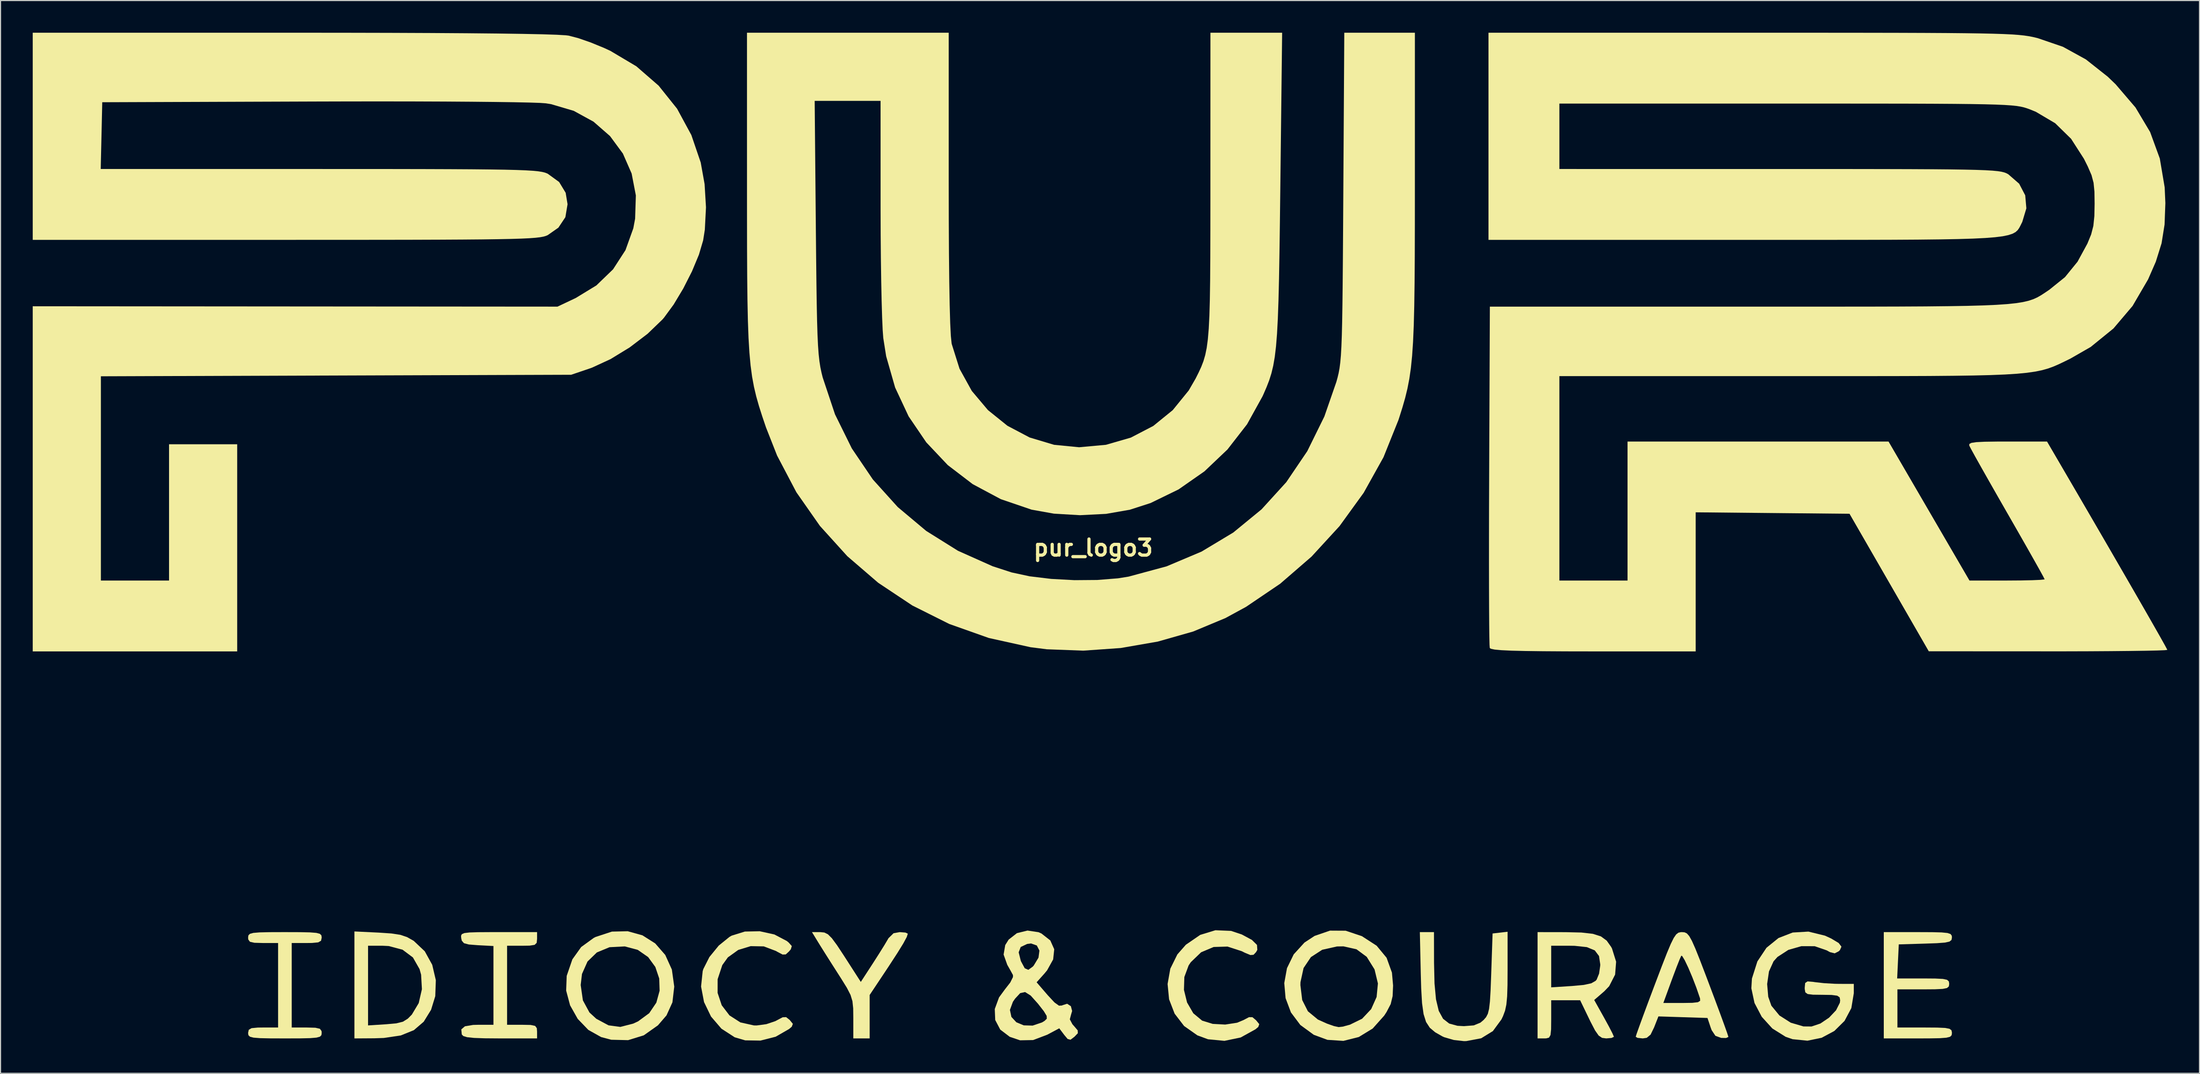
<source format=kicad_pcb>
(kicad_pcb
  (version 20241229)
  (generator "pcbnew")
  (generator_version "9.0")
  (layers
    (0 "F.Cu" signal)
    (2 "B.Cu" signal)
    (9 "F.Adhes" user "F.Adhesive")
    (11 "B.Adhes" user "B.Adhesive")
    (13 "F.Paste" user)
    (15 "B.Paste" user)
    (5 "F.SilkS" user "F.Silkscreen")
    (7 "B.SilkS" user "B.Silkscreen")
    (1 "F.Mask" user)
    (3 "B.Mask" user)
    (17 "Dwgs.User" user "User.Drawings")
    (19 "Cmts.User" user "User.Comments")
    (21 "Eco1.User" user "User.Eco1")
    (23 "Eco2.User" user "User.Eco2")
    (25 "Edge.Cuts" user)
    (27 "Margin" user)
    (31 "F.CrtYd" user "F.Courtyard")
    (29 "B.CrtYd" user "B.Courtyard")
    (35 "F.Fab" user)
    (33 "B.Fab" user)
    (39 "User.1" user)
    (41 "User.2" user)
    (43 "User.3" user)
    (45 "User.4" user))
  (footprint "pur_logo3"
    (layer "F.Cu")
    (at 98.806 48.006)
    (property "Reference" "pur_logo3" (at 0 0 0) (layer "F.SilkS") (effects (font (size 1.5 1.5) (thickness 0.3))))
    (attr board_only exclude_from_pos_files exclude_from_bom)
    (fp_poly (pts (xy -66.572 35.86) (xy -65.392 35.939) (xy -64.564 36.065) (xy -63.933 36.276) (xy -63.344 36.608) (xy -63.301 36.636) (xy -62.279 37.601) (xy -61.585 38.858) (xy -61.249 40.292) (xy -61.301 41.783) (xy -61.692 43.053) (xy -62.377 44.164) (xy -63.295 44.951) (xy -64.513 45.444) (xy -66.095 45.679) (xy -66.993 45.709) (xy -68.834 45.72) (xy -68.834 40.736) (xy -68.834 37.084) (xy -67.564 37.084) (xy -67.564 40.797) (xy -67.564 44.509) (xy -65.88 44.402) (xy -64.928 44.316) (xy -64.313 44.163) (xy -63.86 43.88) (xy -63.484 43.499) (xy -62.843 42.429) (xy -62.545 41.132) (xy -62.621 39.782) (xy -62.765 39.261) (xy -63.385 38.174) (xy -64.35 37.453) (xy -65.64 37.112) (xy -66.205 37.084) (xy -67.564 37.084) (xy -68.834 37.084) (xy -68.834 35.752)) (stroke (width 0) (type solid)) (fill yes) (layer "F.SilkS"))
    (fp_poly (pts (xy -51.816 36.449) (xy -51.852 36.813) (xy -52.044 37.002) (xy -52.515 37.074) (xy -53.213 37.084) (xy -54.61 37.084) (xy -54.61 40.767) (xy -54.61 44.45) (xy -53.213 44.45) (xy -52.413 44.466) (xy -51.996 44.554) (xy -51.839 44.768) (xy -51.816 45.085) (xy -51.816 45.72) (xy -55.253 45.72) (xy -56.689 45.71) (xy -57.692 45.675) (xy -58.334 45.607) (xy -58.69 45.499) (xy -58.831 45.351) (xy -58.876 44.88) (xy -58.539 44.592) (xy -57.776 44.463) (xy -57.262 44.45) (xy -55.88 44.45) (xy -55.88 40.78) (xy -55.88 37.109) (xy -57.34 37.033) (xy -58.176 36.967) (xy -58.63 36.845) (xy -58.83 36.613) (xy -58.882 36.386) (xy -58.9 36.16) (xy -58.828 36.004) (xy -58.591 35.903) (xy -58.11 35.846) (xy -57.31 35.821) (xy -56.115 35.814) (xy -55.39 35.814) (xy -51.816 35.814)) (stroke (width 0) (type solid)) (fill yes) (layer "F.SilkS"))
    (fp_poly (pts (xy -25.048 35.852) (xy -24.716 36.017) (xy -24.349 36.384) (xy -23.873 37.028) (xy -23.216 38.025) (xy -23.146 38.134) (xy -21.653 40.455) (xy -20.516 38.706) (xy -19.942 37.808) (xy -19.445 37.01) (xy -19.118 36.458) (xy -19.079 36.386) (xy -18.601 35.917) (xy -18.025 35.814) (xy -17.494 35.856) (xy -17.272 35.958) (xy -17.272 35.958) (xy -17.372 36.27) (xy -17.687 36.857) (xy -18.244 37.761) (xy -19.066 39.024) (xy -19.343 39.442) (xy -20.828 41.673) (xy -20.828 43.696) (xy -20.828 45.72) (xy -21.59 45.72) (xy -22.352 45.72) (xy -22.352 43.813) (xy -22.363 42.917) (xy -22.432 42.254) (xy -22.61 41.668) (xy -22.948 41.008) (xy -23.499 40.119) (xy -23.696 39.812) (xy -24.354 38.782) (xy -24.978 37.797) (xy -25.47 37.012) (xy -25.621 36.767) (xy -26.203 35.814) (xy -25.421 35.814)) (stroke (width 0) (type solid)) (fill yes) (layer "F.SilkS"))
    (fp_poly (pts (xy 12.842 35.7) (xy 13.843 36.033) (xy 14.787 36.541) (xy 15.26 37.008) (xy 15.291 37.469) (xy 15.172 37.681) (xy 14.939 37.927) (xy 14.649 37.951) (xy 14.141 37.742) (xy 13.853 37.597) (xy 12.514 37.161) (xy 11.221 37.2) (xy 10.055 37.692) (xy 9.093 38.617) (xy 8.889 38.923) (xy 8.491 40) (xy 8.455 41.199) (xy 8.745 42.373) (xy 9.326 43.378) (xy 10.15 44.064) (xy 11.134 44.366) (xy 12.298 44.429) (xy 13.404 44.259) (xy 13.994 44.014) (xy 14.518 43.74) (xy 14.838 43.744) (xy 15.176 44.03) (xy 15.472 44.391) (xy 15.379 44.652) (xy 15.113 44.874) (xy 13.738 45.634) (xy 12.228 45.947) (xy 10.696 45.8) (xy 9.706 45.435) (xy 8.468 44.564) (xy 7.585 43.413) (xy 7.069 42.076) (xy 6.931 40.648) (xy 7.184 39.222) (xy 7.84 37.893) (xy 8.633 36.99) (xy 9.97 36.072) (xy 11.387 35.639)) (stroke (width 0) (type solid)) (fill yes) (layer "F.SilkS"))
    (fp_poly (pts (xy 38.608 39.299) (xy 38.6 40.75) (xy 38.567 41.801) (xy 38.495 42.561) (xy 38.372 43.139) (xy 38.184 43.643) (xy 38.036 43.952) (xy 37.239 45.037) (xy 36.146 45.709) (xy 34.756 45.969) (xy 34.544 45.973) (xy 33.604 45.869) (xy 32.706 45.609) (xy 32.53 45.529) (xy 31.858 45.146) (xy 31.362 44.727) (xy 31.012 44.189) (xy 30.78 43.45) (xy 30.638 42.429) (xy 30.558 41.043) (xy 30.521 39.733) (xy 30.434 35.814) (xy 31.092 35.814) (xy 31.75 35.814) (xy 31.756 38.672) (xy 31.8 40.598) (xy 31.937 42.074) (xy 32.195 43.154) (xy 32.597 43.89) (xy 33.169 44.335) (xy 33.936 44.544) (xy 34.544 44.577) (xy 35.457 44.507) (xy 36.076 44.253) (xy 36.378 43.999) (xy 36.606 43.738) (xy 36.769 43.424) (xy 36.884 42.966) (xy 36.964 42.277) (xy 37.024 41.266) (xy 37.078 39.845) (xy 37.084 39.681) (xy 37.211 35.941) (xy 37.91 35.861) (xy 38.608 35.78)) (stroke (width 0) (type solid)) (fill yes) (layer "F.SilkS"))
    (fp_poly (pts (xy 78.153 35.819) (xy 79.046 35.842) (xy 79.595 35.897) (xy 79.884 35.995) (xy 79.995 36.151) (xy 80.01 36.313) (xy 79.969 36.544) (xy 79.783 36.695) (xy 79.361 36.789) (xy 78.61 36.846) (xy 77.534 36.884) (xy 75.057 36.957) (xy 74.981 38.544) (xy 74.906 40.132) (xy 77.331 40.132) (xy 78.456 40.14) (xy 79.167 40.176) (xy 79.558 40.259) (xy 79.723 40.411) (xy 79.756 40.64) (xy 79.72 40.876) (xy 79.547 41.025) (xy 79.145 41.107) (xy 78.419 41.141) (xy 77.343 41.148) (xy 74.93 41.148) (xy 74.93 42.926) (xy 74.93 44.704) (xy 77.47 44.704) (xy 78.626 44.711) (xy 79.366 44.744) (xy 79.782 44.822) (xy 79.966 44.963) (xy 80.01 45.185) (xy 80.01 45.212) (xy 79.981 45.423) (xy 79.839 45.566) (xy 79.502 45.653) (xy 78.887 45.7) (xy 77.912 45.717) (xy 76.835 45.72) (xy 73.66 45.72) (xy 73.66 40.767) (xy 73.66 35.814) (xy 76.835 35.814)) (stroke (width 0) (type solid)) (fill yes) (layer "F.SilkS"))
    (fp_poly (pts (xy -41.999 36.113) (xy -40.81 36.866) (xy -39.872 37.943) (xy -39.257 39.302) (xy -39.035 40.894) (xy -39.205 42.359) (xy -39.756 43.574) (xy -40.554 44.5) (xy -41.872 45.432) (xy -43.335 45.883) (xy -44.904 45.845) (xy -45.847 45.595) (xy -47.041 44.927) (xy -48.029 43.9) (xy -48.74 42.638) (xy -49.106 41.266) (xy -49.087 40.746) (xy -47.752 40.746) (xy -47.547 42.175) (xy -46.935 43.304) (xy -46.295 43.892) (xy -45.162 44.501) (xy -44.056 44.648) (xy -42.86 44.341) (xy -42.408 44.133) (xy -41.368 43.369) (xy -40.704 42.387) (xy -40.399 41.278) (xy -40.435 40.138) (xy -40.798 39.06) (xy -41.469 38.139) (xy -42.433 37.469) (xy -43.644 37.146) (xy -45.066 37.22) (xy -46.242 37.706) (xy -47.116 38.553) (xy -47.632 39.715) (xy -47.752 40.746) (xy -49.087 40.746) (xy -49.057 39.908) (xy -49.048 39.869) (xy -48.527 38.351) (xy -47.708 37.205) (xy -46.536 36.354) (xy -46.355 36.262) (xy -44.843 35.766) (xy -43.368 35.732)) (stroke (width 0) (type solid)) (fill yes) (layer "F.SilkS"))
    (fp_poly (pts (xy -29.707 36.033) (xy -28.551 36.64) (xy -28.382 36.777) (xy -28.082 37.113) (xy -28.174 37.418) (xy -28.342 37.615) (xy -28.643 37.892) (xy -28.941 37.904) (xy -29.434 37.646) (xy -29.551 37.575) (xy -30.695 37.143) (xy -31.913 37.121) (xy -33.072 37.474) (xy -34.039 38.167) (xy -34.557 38.887) (xy -34.993 40.204) (xy -34.995 41.48) (xy -34.612 42.631) (xy -33.89 43.575) (xy -32.875 44.228) (xy -31.617 44.509) (xy -31.356 44.513) (xy -30.454 44.392) (xy -29.621 44.113) (xy -29.479 44.038) (xy -28.938 43.751) (xy -28.612 43.736) (xy -28.291 43.99) (xy -28.269 44.012) (xy -27.984 44.363) (xy -28.085 44.629) (xy -28.333 44.842) (xy -29.584 45.562) (xy -31.001 45.923) (xy -32.424 45.901) (xy -33.401 45.616) (xy -34.639 44.813) (xy -35.61 43.681) (xy -36.26 42.333) (xy -36.536 40.886) (xy -36.386 39.454) (xy -36.325 39.253) (xy -35.76 38.136) (xy -34.889 37.069) (xy -33.886 36.257) (xy -33.681 36.141) (xy -32.456 35.761) (xy -31.07 35.733)) (stroke (width 0) (type solid)) (fill yes) (layer "F.SilkS"))
    (fp_poly (pts (xy -73.933 35.818) (xy -72.984 35.838) (xy -72.383 35.886) (xy -72.053 35.973) (xy -71.912 36.111) (xy -71.882 36.312) (xy -71.882 36.322) (xy -71.943 36.616) (xy -72.205 36.769) (xy -72.789 36.825) (xy -73.279 36.83) (xy -74.676 36.83) (xy -74.676 40.767) (xy -74.676 44.704) (xy -73.279 44.704) (xy -72.472 44.726) (xy -72.051 44.821) (xy -71.897 45.034) (xy -71.882 45.212) (xy -71.909 45.416) (xy -72.044 45.557) (xy -72.365 45.646) (xy -72.952 45.695) (xy -73.886 45.716) (xy -75.244 45.72) (xy -75.311 45.72) (xy -76.689 45.716) (xy -77.638 45.696) (xy -78.239 45.648) (xy -78.569 45.561) (xy -78.71 45.423) (xy -78.74 45.222) (xy -78.74 45.212) (xy -78.679 44.918) (xy -78.417 44.765) (xy -77.833 44.709) (xy -77.343 44.704) (xy -75.946 44.704) (xy -75.946 40.767) (xy -75.946 36.83) (xy -77.343 36.83) (xy -78.15 36.808) (xy -78.571 36.713) (xy -78.725 36.5) (xy -78.74 36.322) (xy -78.713 36.118) (xy -78.578 35.977) (xy -78.257 35.888) (xy -77.67 35.839) (xy -76.736 35.818) (xy -75.378 35.814) (xy -75.311 35.814)) (stroke (width 0) (type solid)) (fill yes) (layer "F.SilkS"))
    (fp_poly (pts (xy 23.521 35.683) (xy 25.033 36.191) (xy 25.037 36.193) (xy 26.409 37.082) (xy 27.335 38.204) (xy 27.834 39.589) (xy 27.94 40.788) (xy 27.897 41.78) (xy 27.718 42.521) (xy 27.329 43.265) (xy 27.114 43.596) (xy 26.041 44.798) (xy 24.745 45.59) (xy 23.312 45.95) (xy 21.824 45.854) (xy 20.55 45.383) (xy 19.298 44.467) (xy 18.423 43.3) (xy 17.924 41.97) (xy 17.818 40.755) (xy 19.304 40.755) (xy 19.472 42.142) (xy 20.003 43.192) (xy 20.935 43.962) (xy 21.778 44.341) (xy 22.444 44.575) (xy 22.859 44.665) (xy 23.258 44.621) (xy 23.872 44.455) (xy 23.919 44.442) (xy 25.054 43.886) (xy 25.898 42.99) (xy 26.405 41.859) (xy 26.527 40.599) (xy 26.219 39.314) (xy 26.199 39.267) (xy 25.482 38.117) (xy 24.532 37.414) (xy 23.319 37.141) (xy 22.715 37.15) (xy 21.334 37.46) (xy 20.285 38.142) (xy 19.6 39.16) (xy 19.311 40.482) (xy 19.304 40.755) (xy 17.818 40.755) (xy 17.801 40.566) (xy 18.054 39.175) (xy 18.681 37.887) (xy 19.682 36.788) (xy 20.628 36.167) (xy 22.063 35.675)) (stroke (width 0) (type solid)) (fill yes) (layer "F.SilkS"))
    (fp_poly (pts (xy 44.005 35.818) (xy 45.484 35.852) (xy 46.552 35.973) (xy 47.306 36.214) (xy 47.843 36.608) (xy 48.256 37.19) (xy 48.337 37.342) (xy 48.721 38.571) (xy 48.627 39.772) (xy 48.075 40.852) (xy 47.621 41.326) (xy 46.679 42.14) (xy 47.596 43.781) (xy 48.041 44.594) (xy 48.367 45.226) (xy 48.512 45.556) (xy 48.514 45.571) (xy 48.294 45.678) (xy 47.801 45.72) (xy 47.412 45.67) (xy 47.094 45.455) (xy 46.761 44.981) (xy 46.33 44.153) (xy 46.228 43.942) (xy 45.368 42.164) (xy 44.02 42.164) (xy 42.672 42.164) (xy 42.672 43.942) (xy 42.663 44.871) (xy 42.608 45.403) (xy 42.469 45.648) (xy 42.206 45.717) (xy 42.037 45.72) (xy 41.402 45.72) (xy 41.402 40.767) (xy 41.402 37.084) (xy 42.672 37.084) (xy 42.672 39.022) (xy 42.672 40.961) (xy 44.618 40.836) (xy 45.709 40.735) (xy 46.402 40.586) (xy 46.804 40.359) (xy 46.904 40.246) (xy 47.133 39.684) (xy 47.242 38.925) (xy 47.244 38.828) (xy 47.126 38.041) (xy 46.731 37.516) (xy 45.993 37.212) (xy 44.849 37.091) (xy 44.393 37.084) (xy 42.672 37.084) (xy 41.402 37.084) (xy 41.402 35.814)) (stroke (width 0) (type solid)) (fill yes) (layer "F.SilkS"))
    (fp_poly (pts (xy 55.105 35.835) (xy 55.318 35.938) (xy 55.534 36.184) (xy 55.785 36.634) (xy 56.103 37.35) (xy 56.52 38.392) (xy 57.068 39.822) (xy 57.367 40.613) (xy 57.918 42.078) (xy 58.402 43.379) (xy 58.791 44.443) (xy 59.059 45.195) (xy 59.178 45.562) (xy 59.182 45.583) (xy 58.966 45.682) (xy 58.505 45.673) (xy 57.97 45.476) (xy 57.622 44.952) (xy 57.53 44.704) (xy 57.233 43.815) (xy 54.948 43.743) (xy 52.662 43.67) (xy 52.259 44.695) (xy 51.932 45.368) (xy 51.573 45.666) (xy 51.201 45.72) (xy 50.714 45.669) (xy 50.546 45.566) (xy 50.632 45.292) (xy 50.872 44.617) (xy 51.238 43.615) (xy 51.682 42.418) (xy 53.121 42.418) (xy 54.899 42.418) (xy 55.827 42.404) (xy 56.345 42.346) (xy 56.55 42.217) (xy 56.54 41.99) (xy 56.534 41.974) (xy 56.199 40.997) (xy 55.819 40.013) (xy 55.443 39.124) (xy 55.113 38.434) (xy 54.878 38.046) (xy 54.793 38.01) (xy 54.641 38.348) (xy 54.367 39.039) (xy 54.022 39.955) (xy 53.881 40.337) (xy 53.121 42.418) (xy 51.682 42.418) (xy 51.704 42.359) (xy 52.243 40.924) (xy 52.361 40.613) (xy 52.978 38.988) (xy 53.45 37.778) (xy 53.809 36.922) (xy 54.087 36.359) (xy 54.315 36.028) (xy 54.525 35.867) (xy 54.749 35.817) (xy 54.864 35.814)) (stroke (width 0) (type solid)) (fill yes) (layer "F.SilkS"))
    (fp_poly (pts (xy 68.177 36.143) (xy 68.754 36.407) (xy 69.457 36.829) (xy 69.715 37.169) (xy 69.57 37.497) (xy 69.45 37.608) (xy 69.084 37.792) (xy 68.638 37.677) (xy 68.334 37.51) (xy 67.224 37.127) (xy 65.982 37.124) (xy 64.772 37.469) (xy 63.756 38.126) (xy 63.39 38.535) (xy 62.962 39.48) (xy 62.792 40.653) (xy 62.893 41.838) (xy 63.186 42.672) (xy 63.936 43.582) (xy 64.992 44.256) (xy 66.177 44.603) (xy 66.929 44.609) (xy 67.753 44.333) (xy 68.56 43.787) (xy 69.211 43.1) (xy 69.567 42.396) (xy 69.596 42.168) (xy 69.545 41.891) (xy 69.319 41.737) (xy 68.804 41.67) (xy 67.945 41.656) (xy 67.058 41.646) (xy 66.564 41.584) (xy 66.348 41.425) (xy 66.295 41.121) (xy 66.294 40.988) (xy 66.334 40.559) (xy 66.551 40.407) (xy 67.091 40.452) (xy 67.246 40.477) (xy 68.089 40.572) (xy 69.11 40.63) (xy 69.532 40.637) (xy 70.866 40.64) (xy 70.866 41.512) (xy 70.636 42.898) (xy 70.004 44.087) (xy 69.055 45.026) (xy 67.874 45.659) (xy 66.548 45.933) (xy 65.161 45.793) (xy 64.516 45.57) (xy 63.278 44.795) (xy 62.289 43.706) (xy 61.614 42.419) (xy 61.321 41.051) (xy 61.374 40.143) (xy 61.882 38.545) (xy 62.729 37.274) (xy 63.848 36.366) (xy 65.173 35.852) (xy 66.638 35.766)) (stroke (width 0) (type solid)) (fill yes) (layer "F.SilkS"))
    (fp_poly (pts (xy -5.1 35.821) (xy -4.822 35.943) (xy -3.996 36.591) (xy -3.631 37.412) (xy -3.731 38.358) (xy -4.298 39.379) (xy -4.546 39.678) (xy -5.272 40.49) (xy -4.234 41.695) (xy -3.607 42.37) (xy -3.187 42.671) (xy -2.899 42.652) (xy -2.868 42.628) (xy -2.428 42.49) (xy -2.081 42.717) (xy -1.963 43.165) (xy -2.059 43.485) (xy -2.179 43.942) (xy -1.938 44.398) (xy -1.796 44.558) (xy -1.443 44.973) (xy -1.433 45.239) (xy -1.749 45.567) (xy -2.115 45.844) (xy -2.382 45.774) (xy -2.7 45.394) (xy -3.163 44.78) (xy -4.286 45.377) (xy -5.598 45.874) (xy -6.813 45.897) (xy -7.775 45.572) (xy -8.662 44.897) (xy -9.13 44.005) (xy -9.168 43.065) (xy -7.76 43.065) (xy -7.622 43.717) (xy -7.162 44.215) (xy -6.471 44.503) (xy -5.642 44.526) (xy -4.765 44.229) (xy -4.524 44.081) (xy -4.324 43.885) (xy -4.336 43.622) (xy -4.599 43.187) (xy -5.146 42.486) (xy -5.826 41.726) (xy -6.347 41.399) (xy -6.802 41.499) (xy -7.283 42.019) (xy -7.483 42.312) (xy -7.76 43.065) (xy -9.168 43.065) (xy -9.171 42.979) (xy -8.776 41.901) (xy -8.227 41.151) (xy -7.729 40.512) (xy -7.476 40.005) (xy -7.475 39.816) (xy -7.721 39.366) (xy -8.007 38.862) (xy -8.348 37.906) (xy -8.312 37.695) (xy -6.945 37.695) (xy -6.752 38.47) (xy -6.716 38.558) (xy -6.379 39.182) (xy -6.045 39.33) (xy -5.631 39.029) (xy -5.539 38.925) (xy -5.097 38.193) (xy -5.012 37.535) (xy -5.254 37.06) (xy -5.788 36.871) (xy -6.155 36.917) (xy -6.755 37.201) (xy -6.945 37.695) (xy -8.312 37.695) (xy -8.197 37.022) (xy -7.878 36.512) (xy -7.107 35.91) (xy -6.122 35.669)) (stroke (width 0) (type solid)) (fill yes) (layer "F.SilkS"))
    (fp_poly (pts (xy -69.821 -48.003) (xy -65.525 -47.994) (xy -61.71 -47.979) (xy -58.381 -47.958) (xy -55.541 -47.932) (xy -53.192 -47.899) (xy -51.34 -47.861) (xy -49.986 -47.817) (xy -49.135 -47.767) (xy -48.878 -47.736) (xy -47.977 -47.501) (xy -46.817 -47.097) (xy -45.584 -46.592) (xy -44.987 -46.316) (xy -42.568 -44.878) (xy -40.488 -43.071) (xy -38.771 -40.925) (xy -37.442 -38.472) (xy -36.569 -35.913) (xy -36.208 -33.902) (xy -36.078 -31.734) (xy -36.186 -29.646) (xy -36.343 -28.651) (xy -36.736 -27.322) (xy -37.38 -25.774) (xy -38.193 -24.171) (xy -39.089 -22.677) (xy -39.986 -21.453) (xy -40.133 -21.283) (xy -41.516 -19.951) (xy -43.186 -18.68) (xy -44.97 -17.589) (xy -46.69 -16.795) (xy -46.938 -16.707) (xy -48.641 -16.129) (xy -70.549 -16.059) (xy -92.456 -15.988) (xy -92.456 -6.47) (xy -92.456 3.048) (xy -89.281 3.048) (xy -86.106 3.048) (xy -86.106 -3.302) (xy -86.106 -9.652) (xy -82.931 -9.652) (xy -79.756 -9.652) (xy -79.756 0) (xy -79.756 9.652) (xy -89.281 9.652) (xy -98.806 9.652) (xy -98.806 -6.43) (xy -98.806 -22.513) (xy -74.359 -22.496) (xy -49.911 -22.479) (xy -48.209 -23.285) (xy -46.291 -24.455) (xy -44.737 -25.955) (xy -43.579 -27.744) (xy -42.849 -29.778) (xy -42.681 -30.674) (xy -42.612 -32.844) (xy -43.005 -34.884) (xy -43.82 -36.745) (xy -45.018 -38.373) (xy -46.557 -39.717) (xy -48.399 -40.726) (xy -50.503 -41.347) (xy -50.997 -41.427) (xy -51.534 -41.465) (xy -52.539 -41.499) (xy -53.972 -41.529) (xy -55.792 -41.554) (xy -57.96 -41.575) (xy -60.435 -41.591) (xy -63.178 -41.601) (xy -66.148 -41.605) (xy -69.305 -41.603) (xy -72.517 -41.595) (xy -92.329 -41.529) (xy -92.4 -38.417) (xy -92.472 -35.306) (xy -72.08 -35.306) (xy -68.367 -35.305) (xy -65.129 -35.303) (xy -62.33 -35.298) (xy -59.937 -35.29) (xy -57.917 -35.279) (xy -56.235 -35.263) (xy -54.856 -35.242) (xy -53.749 -35.215) (xy -52.877 -35.181) (xy -52.208 -35.14) (xy -51.707 -35.091) (xy -51.34 -35.033) (xy -51.074 -34.966) (xy -50.874 -34.888) (xy -50.818 -34.861) (xy -49.761 -34.094) (xy -49.152 -33.09) (xy -48.976 -32.024) (xy -49.179 -30.814) (xy -49.829 -29.839) (xy -50.818 -29.147) (xy -50.992 -29.071) (xy -51.219 -29.005) (xy -51.531 -28.947) (xy -51.96 -28.897) (xy -52.536 -28.854) (xy -53.292 -28.818) (xy -54.258 -28.788) (xy -55.467 -28.764) (xy -56.949 -28.744) (xy -58.736 -28.73) (xy -60.859 -28.719) (xy -63.35 -28.711) (xy -66.241 -28.706) (xy -69.562 -28.704) (xy -73.346 -28.703) (xy -75.248 -28.702) (xy -98.806 -28.702) (xy -98.806 -38.354) (xy -98.806 -48.006) (xy -74.596 -48.006)) (stroke (width 0) (type solid)) (fill yes) (layer "F.SilkS"))
    (fp_poly (pts (xy -13.462 -34.176) (xy -13.456 -30.589) (xy -13.44 -27.465) (xy -13.412 -24.813) (xy -13.373 -22.639) (xy -13.324 -20.95) (xy -13.264 -19.754) (xy -13.193 -19.058) (xy -13.182 -18.999) (xy -12.455 -16.691) (xy -11.312 -14.623) (xy -9.807 -12.837) (xy -7.993 -11.376) (xy -5.922 -10.283) (xy -3.647 -9.602) (xy -1.311 -9.374) (xy 1.189 -9.602) (xy 3.508 -10.273) (xy 5.598 -11.36) (xy 7.411 -12.834) (xy 8.899 -14.666) (xy 9.542 -15.778) (xy 9.826 -16.345) (xy 10.068 -16.87) (xy 10.271 -17.397) (xy 10.439 -17.972) (xy 10.575 -18.638) (xy 10.682 -19.44) (xy 10.764 -20.422) (xy 10.825 -21.628) (xy 10.867 -23.104) (xy 10.894 -24.894) (xy 10.909 -27.041) (xy 10.916 -29.591) (xy 10.919 -32.587) (xy 10.919 -33.846) (xy 10.922 -48.006) (xy 14.263 -48.006) (xy 17.603 -48.006) (xy 17.434 -33.592) (xy 17.394 -30.305) (xy 17.354 -27.482) (xy 17.312 -25.079) (xy 17.262 -23.05) (xy 17.201 -21.351) (xy 17.126 -19.939) (xy 17.032 -18.768) (xy 16.916 -17.794) (xy 16.774 -16.974) (xy 16.603 -16.261) (xy 16.398 -15.613) (xy 16.155 -14.984) (xy 15.872 -14.33) (xy 15.775 -14.117) (xy 14.334 -11.514) (xy 12.51 -9.167) (xy 10.363 -7.127) (xy 7.955 -5.446) (xy 5.346 -4.175) (xy 3.415 -3.552) (xy 1.199 -3.165) (xy -1.234 -3.042) (xy -3.665 -3.186) (xy -5.738 -3.557) (xy -8.611 -4.537) (xy -11.226 -5.935) (xy -13.551 -7.712) (xy -15.553 -9.831) (xy -17.199 -12.253) (xy -18.456 -14.94) (xy -19.291 -17.855) (xy -19.559 -19.549) (xy -19.615 -20.295) (xy -19.667 -21.478) (xy -19.713 -23.026) (xy -19.752 -24.869) (xy -19.782 -26.935) (xy -19.802 -29.153) (xy -19.81 -31.452) (xy -19.81 -31.686) (xy -19.812 -41.656) (xy -22.882 -41.656) (xy -25.951 -41.656) (xy -25.842 -29.782) (xy -25.815 -26.988) (xy -25.788 -24.651) (xy -25.76 -22.721) (xy -25.727 -21.146) (xy -25.688 -19.876) (xy -25.64 -18.86) (xy -25.581 -18.046) (xy -25.508 -17.385) (xy -25.42 -16.826) (xy -25.313 -16.317) (xy -25.203 -15.875) (xy -24.057 -12.441) (xy -22.49 -9.265) (xy -20.532 -6.374) (xy -18.212 -3.801) (xy -15.559 -1.575) (xy -12.602 0.274) (xy -9.37 1.717) (xy -7.603 2.292) (xy -5.92 2.654) (xy -3.915 2.896) (xy -1.759 3.012) (xy 0.376 2.996) (xy 2.317 2.841) (xy 3.301 2.682) (xy 6.84 1.725) (xy 10.094 0.351) (xy 13.048 -1.424) (xy 15.684 -3.586) (xy 17.989 -6.119) (xy 19.945 -9.008) (xy 21.537 -12.24) (xy 22.655 -15.462) (xy 22.77 -15.879) (xy 22.868 -16.292) (xy 22.951 -16.744) (xy 23.02 -17.277) (xy 23.078 -17.934) (xy 23.125 -18.758) (xy 23.164 -19.792) (xy 23.195 -21.079) (xy 23.221 -22.66) (xy 23.243 -24.58) (xy 23.263 -26.881) (xy 23.282 -29.605) (xy 23.301 -32.703) (xy 23.394 -48.006) (xy 26.683 -48.006) (xy 29.972 -48.006) (xy 29.971 -33.465) (xy 29.969 -30.091) (xy 29.961 -27.178) (xy 29.943 -24.679) (xy 29.913 -22.548) (xy 29.867 -20.737) (xy 29.801 -19.2) (xy 29.713 -17.89) (xy 29.599 -16.759) (xy 29.455 -15.762) (xy 29.279 -14.85) (xy 29.067 -13.977) (xy 28.815 -13.097) (xy 28.521 -12.163) (xy 28.44 -11.913) (xy 27.046 -8.443) (xy 25.2 -5.129) (xy 22.951 -2.025) (xy 20.343 0.817) (xy 17.425 3.343) (xy 14.242 5.499) (xy 12.319 6.546) (xy 9.311 7.8) (xy 6.018 8.737) (xy 2.564 9.337) (xy -0.926 9.582) (xy -4.326 9.454) (xy -5.842 9.261) (xy -9.725 8.402) (xy -13.404 7.098) (xy -16.849 5.375) (xy -20.028 3.26) (xy -22.91 0.779) (xy -25.462 -2.042) (xy -27.654 -5.176) (xy -29.453 -8.598) (xy -30.488 -11.225) (xy -30.839 -12.263) (xy -31.14 -13.208) (xy -31.395 -14.107) (xy -31.608 -15.007) (xy -31.783 -15.956) (xy -31.923 -17.002) (xy -32.032 -18.191) (xy -32.115 -19.571) (xy -32.174 -21.19) (xy -32.214 -23.094) (xy -32.239 -25.333) (xy -32.252 -27.952) (xy -32.256 -30.999) (xy -32.257 -33.337) (xy -32.258 -48.006) (xy -22.86 -48.006) (xy -13.462 -48.006)) (stroke (width 0) (type solid)) (fill yes) (layer "F.SilkS"))
    (fp_poly (pts (xy 65.517 -48.006) (xy 69.131 -48.004) (xy 72.302 -48.001) (xy 75.062 -47.996) (xy 77.443 -47.988) (xy 79.477 -47.977) (xy 81.197 -47.961) (xy 82.635 -47.941) (xy 83.823 -47.915) (xy 84.794 -47.884) (xy 85.579 -47.846) (xy 86.212 -47.801) (xy 86.724 -47.748) (xy 87.149 -47.686) (xy 87.517 -47.616) (xy 87.861 -47.536) (xy 88.008 -47.499) (xy 90.349 -46.697) (xy 92.49 -45.519) (xy 94.525 -43.909) (xy 95.261 -43.202) (xy 97.11 -41.042) (xy 98.476 -38.75) (xy 99.377 -36.283) (xy 99.83 -33.6) (xy 99.895 -32.131) (xy 99.821 -30.129) (xy 99.541 -28.38) (xy 99.005 -26.666) (xy 98.286 -25.019) (xy 96.838 -22.54) (xy 95.059 -20.444) (xy 92.939 -18.722) (xy 91.059 -17.642) (xy 90.488 -17.361) (xy 89.972 -17.114) (xy 89.476 -16.899) (xy 88.965 -16.713) (xy 88.404 -16.555) (xy 87.757 -16.423) (xy 86.99 -16.313) (xy 86.068 -16.224) (xy 84.955 -16.154) (xy 83.615 -16.1) (xy 82.015 -16.061) (xy 80.119 -16.034) (xy 77.891 -16.016) (xy 75.297 -16.007) (xy 72.301 -16.003) (xy 68.869 -16.002) (xy 64.965 -16.002) (xy 64.844 -16.002) (xy 43.434 -16.002) (xy 43.434 -6.477) (xy 43.434 3.048) (xy 46.609 3.048) (xy 49.784 3.048) (xy 49.784 -3.429) (xy 49.784 -9.906) (xy 61.943 -9.906) (xy 74.103 -9.906) (xy 77.873 -3.429) (xy 81.644 3.048) (xy 85.145 3.048) (xy 86.412 3.04) (xy 87.475 3.018) (xy 88.242 2.985) (xy 88.621 2.945) (xy 88.646 2.931) (xy 88.524 2.689) (xy 88.182 2.065) (xy 87.65 1.117) (xy 86.963 -0.098) (xy 86.152 -1.52) (xy 85.251 -3.093) (xy 85.208 -3.167) (xy 84.294 -4.762) (xy 83.461 -6.225) (xy 82.743 -7.494) (xy 82.174 -8.508) (xy 81.791 -9.206) (xy 81.626 -9.526) (xy 81.625 -9.528) (xy 81.63 -9.677) (xy 81.824 -9.781) (xy 82.276 -9.849) (xy 83.056 -9.888) (xy 84.233 -9.904) (xy 85.175 -9.906) (xy 88.87 -9.906) (xy 90.242 -7.556) (xy 91.742 -4.984) (xy 93.183 -2.507) (xy 94.545 -0.162) (xy 95.805 2.015) (xy 96.943 3.985) (xy 97.938 5.714) (xy 98.768 7.164) (xy 99.413 8.298) (xy 99.85 9.08) (xy 100.06 9.473) (xy 100.076 9.512) (xy 99.831 9.541) (xy 99.129 9.568) (xy 98.021 9.592) (xy 96.56 9.612) (xy 94.797 9.628) (xy 92.783 9.64) (xy 90.569 9.646) (xy 88.963 9.646) (xy 77.851 9.641) (xy 74.159 3.233) (xy 70.466 -3.175) (xy 63.3 -3.242) (xy 56.134 -3.31) (xy 56.134 3.171) (xy 56.134 9.652) (xy 46.601 9.652) (xy 44.025 9.648) (xy 41.919 9.636) (xy 40.242 9.615) (xy 38.956 9.583) (xy 38.023 9.539) (xy 37.402 9.481) (xy 37.055 9.409) (xy 36.947 9.335) (xy 36.926 9.031) (xy 36.909 8.263) (xy 36.895 7.076) (xy 36.885 5.514) (xy 36.878 3.622) (xy 36.875 1.443) (xy 36.876 -0.977) (xy 36.88 -3.595) (xy 36.89 -6.367) (xy 36.891 -6.731) (xy 36.957 -22.479) (xy 61.214 -22.479) (xy 65.369 -22.479) (xy 69.048 -22.479) (xy 72.282 -22.481) (xy 75.103 -22.488) (xy 77.544 -22.5) (xy 79.635 -22.521) (xy 81.408 -22.55) (xy 82.895 -22.591) (xy 84.129 -22.645) (xy 85.139 -22.714) (xy 85.959 -22.799) (xy 86.62 -22.903) (xy 87.154 -23.027) (xy 87.592 -23.173) (xy 87.967 -23.342) (xy 88.309 -23.538) (xy 88.651 -23.76) (xy 89.024 -24.012) (xy 89.082 -24.051) (xy 90.543 -25.229) (xy 91.713 -26.668) (xy 92.629 -28.351) (xy 92.979 -29.203) (xy 93.184 -29.996) (xy 93.28 -30.922) (xy 93.303 -32.065) (xy 93.287 -33.195) (xy 93.206 -34.018) (xy 93.015 -34.735) (xy 92.664 -35.545) (xy 92.308 -36.257) (xy 91.111 -38.121) (xy 89.629 -39.572) (xy 87.835 -40.633) (xy 87.263 -40.867) (xy 87 -40.962) (xy 86.731 -41.045) (xy 86.42 -41.117) (xy 86.035 -41.179) (xy 85.54 -41.231) (xy 84.901 -41.274) (xy 84.085 -41.309) (xy 83.056 -41.337) (xy 81.78 -41.359) (xy 80.224 -41.375) (xy 78.352 -41.387) (xy 76.131 -41.395) (xy 73.526 -41.399) (xy 70.503 -41.401) (xy 67.027 -41.402) (xy 64.633 -41.402) (xy 43.434 -41.402) (xy 43.434 -38.354) (xy 43.434 -35.306) (xy 63.944 -35.305) (xy 67.654 -35.305) (xy 70.89 -35.303) (xy 73.685 -35.299) (xy 76.074 -35.293) (xy 78.091 -35.283) (xy 79.77 -35.269) (xy 81.144 -35.249) (xy 82.248 -35.224) (xy 83.116 -35.192) (xy 83.781 -35.153) (xy 84.277 -35.105) (xy 84.639 -35.048) (xy 84.9 -34.982) (xy 85.094 -34.905) (xy 85.256 -34.816) (xy 85.267 -34.809) (xy 86.272 -33.936) (xy 86.838 -32.853) (xy 86.943 -31.64) (xy 86.563 -30.374) (xy 86.532 -30.313) (xy 86.401 -30.048) (xy 86.279 -29.814) (xy 86.136 -29.609) (xy 85.94 -29.43) (xy 85.663 -29.277) (xy 85.272 -29.147) (xy 84.739 -29.037) (xy 84.033 -28.948) (xy 83.123 -28.876) (xy 81.979 -28.819) (xy 80.57 -28.776) (xy 78.868 -28.745) (xy 76.84 -28.724) (xy 74.457 -28.711) (xy 71.689 -28.704) (xy 68.505 -28.702) (xy 64.875 -28.702) (xy 60.768 -28.702) (xy 60.604 -28.702) (xy 36.83 -28.702) (xy 36.83 -38.354) (xy 36.83 -48.006) (xy 61.427 -48.006)) (stroke (width 0) (type solid)) (fill yes) (layer "F.SilkS")))
  (gr_rect
    (start -3 -3)
    (end 201.882 96.979)
    (stroke (width 0.1) (type default))
    (fill no)
    (layer "Edge.Cuts")))
</source>
